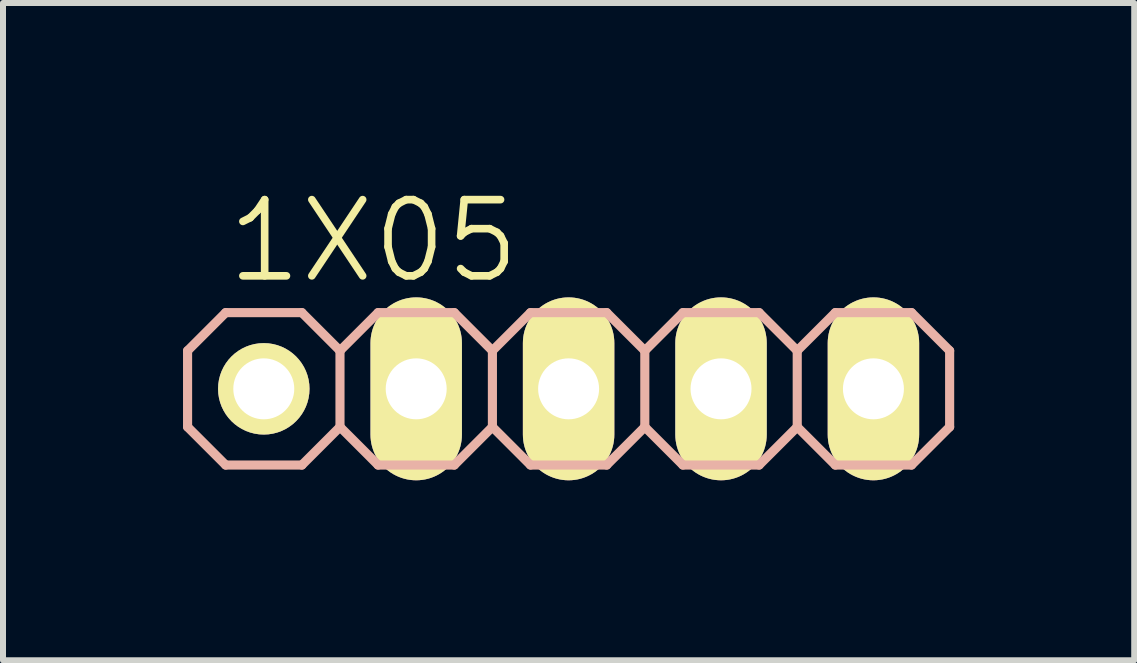
<source format=kicad_pcb>
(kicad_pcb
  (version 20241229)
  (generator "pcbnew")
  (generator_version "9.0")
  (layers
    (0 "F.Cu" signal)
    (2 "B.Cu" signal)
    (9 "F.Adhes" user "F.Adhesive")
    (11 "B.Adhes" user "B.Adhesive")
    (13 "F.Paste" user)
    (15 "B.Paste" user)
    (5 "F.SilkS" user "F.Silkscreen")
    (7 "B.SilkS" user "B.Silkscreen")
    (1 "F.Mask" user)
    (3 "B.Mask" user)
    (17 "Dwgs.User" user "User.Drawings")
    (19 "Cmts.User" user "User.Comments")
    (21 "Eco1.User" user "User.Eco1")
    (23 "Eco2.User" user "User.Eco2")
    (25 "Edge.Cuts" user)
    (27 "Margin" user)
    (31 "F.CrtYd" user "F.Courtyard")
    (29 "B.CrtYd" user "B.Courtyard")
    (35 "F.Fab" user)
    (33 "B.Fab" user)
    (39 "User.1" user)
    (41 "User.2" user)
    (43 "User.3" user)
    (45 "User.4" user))
  (footprint "1X05"
    (layer "F.Cu")
    (at 6.426 3.43)
    (property "Reference" "1X05" (at -3.251 -2.464 0) (layer "F.SilkS") (effects (font (size 1.27 1.27) (thickness 0.127))))
    (attr exclude_from_pos_files exclude_from_bom)
    (fp_line (start -5.334 -0.254) (end -4.826 -0.254) (stroke (width 0.066) (type solid)) (layer "F.SilkS"))
    (fp_line (start -5.334 0.254) (end -5.334 -0.254) (stroke (width 0.066) (type solid)) (layer "F.SilkS"))
    (fp_line (start -5.334 0.254) (end -4.826 0.254) (stroke (width 0.066) (type solid)) (layer "F.SilkS"))
    (fp_line (start -4.826 0.254) (end -4.826 -0.254) (stroke (width 0.066) (type solid)) (layer "F.SilkS"))
    (fp_line (start -2.794 -0.254) (end -2.286 -0.254) (stroke (width 0.066) (type solid)) (layer "F.SilkS"))
    (fp_line (start -2.794 0.254) (end -2.794 -0.254) (stroke (width 0.066) (type solid)) (layer "F.SilkS"))
    (fp_line (start -2.794 0.254) (end -2.286 0.254) (stroke (width 0.066) (type solid)) (layer "F.SilkS"))
    (fp_line (start -2.286 0.254) (end -2.286 -0.254) (stroke (width 0.066) (type solid)) (layer "F.SilkS"))
    (fp_line (start -0.254 -0.254) (end 0.254 -0.254) (stroke (width 0.066) (type solid)) (layer "F.SilkS"))
    (fp_line (start -0.254 0.254) (end -0.254 -0.254) (stroke (width 0.066) (type solid)) (layer "F.SilkS"))
    (fp_line (start -0.254 0.254) (end 0.254 0.254) (stroke (width 0.066) (type solid)) (layer "F.SilkS"))
    (fp_line (start 0.254 0.254) (end 0.254 -0.254) (stroke (width 0.066) (type solid)) (layer "F.SilkS"))
    (fp_line (start 2.286 -0.254) (end 2.794 -0.254) (stroke (width 0.066) (type solid)) (layer "F.SilkS"))
    (fp_line (start 2.286 0.254) (end 2.286 -0.254) (stroke (width 0.066) (type solid)) (layer "F.SilkS"))
    (fp_line (start 2.286 0.254) (end 2.794 0.254) (stroke (width 0.066) (type solid)) (layer "F.SilkS"))
    (fp_line (start 2.794 0.254) (end 2.794 -0.254) (stroke (width 0.066) (type solid)) (layer "F.SilkS"))
    (fp_line (start 4.826 -0.254) (end 5.334 -0.254) (stroke (width 0.066) (type solid)) (layer "F.SilkS"))
    (fp_line (start 4.826 0.254) (end 4.826 -0.254) (stroke (width 0.066) (type solid)) (layer "F.SilkS"))
    (fp_line (start 4.826 0.254) (end 5.334 0.254) (stroke (width 0.066) (type solid)) (layer "F.SilkS"))
    (fp_line (start 5.334 0.254) (end 5.334 -0.254) (stroke (width 0.066) (type solid)) (layer "F.SilkS"))
    (fp_line (start -6.35 -0.635) (end -6.35 0.635) (stroke (width 0.152) (type solid)) (layer "B.SilkS"))
    (fp_line (start -6.35 0.635) (end -5.715 1.27) (stroke (width 0.152) (type solid)) (layer "B.SilkS"))
    (fp_line (start -5.715 -1.27) (end -6.35 -0.635) (stroke (width 0.152) (type solid)) (layer "B.SilkS"))
    (fp_line (start -5.715 -1.27) (end -4.445 -1.27) (stroke (width 0.152) (type solid)) (layer "B.SilkS"))
    (fp_line (start -4.445 -1.27) (end -3.81 -0.635) (stroke (width 0.152) (type solid)) (layer "B.SilkS"))
    (fp_line (start -4.445 1.27) (end -5.715 1.27) (stroke (width 0.152) (type solid)) (layer "B.SilkS"))
    (fp_line (start -3.81 -0.635) (end -3.81 0.635) (stroke (width 0.152) (type solid)) (layer "B.SilkS"))
    (fp_line (start -3.81 -0.635) (end -3.175 -1.27) (stroke (width 0.152) (type solid)) (layer "B.SilkS"))
    (fp_line (start -3.81 0.635) (end -4.445 1.27) (stroke (width 0.152) (type solid)) (layer "B.SilkS"))
    (fp_line (start -3.175 -1.27) (end -1.905 -1.27) (stroke (width 0.152) (type solid)) (layer "B.SilkS"))
    (fp_line (start -3.175 1.27) (end -3.81 0.635) (stroke (width 0.152) (type solid)) (layer "B.SilkS"))
    (fp_line (start -1.905 -1.27) (end -1.27 -0.635) (stroke (width 0.152) (type solid)) (layer "B.SilkS"))
    (fp_line (start -1.905 1.27) (end -3.175 1.27) (stroke (width 0.152) (type solid)) (layer "B.SilkS"))
    (fp_line (start -1.27 -0.635) (end -1.27 0.635) (stroke (width 0.152) (type solid)) (layer "B.SilkS"))
    (fp_line (start -1.27 -0.635) (end -0.635 -1.27) (stroke (width 0.152) (type solid)) (layer "B.SilkS"))
    (fp_line (start -1.27 0.635) (end -1.905 1.27) (stroke (width 0.152) (type solid)) (layer "B.SilkS"))
    (fp_line (start -0.635 -1.27) (end 0.635 -1.27) (stroke (width 0.152) (type solid)) (layer "B.SilkS"))
    (fp_line (start -0.635 1.27) (end -1.27 0.635) (stroke (width 0.152) (type solid)) (layer "B.SilkS"))
    (fp_line (start 0.635 -1.27) (end 1.27 -0.635) (stroke (width 0.152) (type solid)) (layer "B.SilkS"))
    (fp_line (start 0.635 1.27) (end -0.635 1.27) (stroke (width 0.152) (type solid)) (layer "B.SilkS"))
    (fp_line (start 1.27 -0.635) (end 1.27 0.635) (stroke (width 0.152) (type solid)) (layer "B.SilkS"))
    (fp_line (start 1.27 0.635) (end 0.635 1.27) (stroke (width 0.152) (type solid)) (layer "B.SilkS"))
    (fp_line (start 1.27 0.635) (end 1.905 1.27) (stroke (width 0.152) (type solid)) (layer "B.SilkS"))
    (fp_line (start 1.905 -1.27) (end 1.27 -0.635) (stroke (width 0.152) (type solid)) (layer "B.SilkS"))
    (fp_line (start 1.905 -1.27) (end 3.175 -1.27) (stroke (width 0.152) (type solid)) (layer "B.SilkS"))
    (fp_line (start 3.175 -1.27) (end 3.81 -0.635) (stroke (width 0.152) (type solid)) (layer "B.SilkS"))
    (fp_line (start 3.175 1.27) (end 1.905 1.27) (stroke (width 0.152) (type solid)) (layer "B.SilkS"))
    (fp_line (start 3.81 -0.635) (end 3.81 0.635) (stroke (width 0.152) (type solid)) (layer "B.SilkS"))
    (fp_line (start 3.81 0.635) (end 3.175 1.27) (stroke (width 0.152) (type solid)) (layer "B.SilkS"))
    (fp_line (start 3.81 0.635) (end 4.445 1.27) (stroke (width 0.152) (type solid)) (layer "B.SilkS"))
    (fp_line (start 4.445 -1.27) (end 3.81 -0.635) (stroke (width 0.152) (type solid)) (layer "B.SilkS"))
    (fp_line (start 4.445 -1.27) (end 5.715 -1.27) (stroke (width 0.152) (type solid)) (layer "B.SilkS"))
    (fp_line (start 5.715 -1.27) (end 6.35 -0.635) (stroke (width 0.152) (type solid)) (layer "B.SilkS"))
    (fp_line (start 5.715 1.27) (end 4.445 1.27) (stroke (width 0.152) (type solid)) (layer "B.SilkS"))
    (fp_line (start 6.35 -0.635) (end 6.35 0.635) (stroke (width 0.152) (type solid)) (layer "B.SilkS"))
    (fp_line (start 6.35 0.635) (end 5.715 1.27) (stroke (width 0.152) (type solid)) (layer "B.SilkS"))
    (pad "1" thru_hole circle (at -5.08 0) (size 1.524 1.524) (drill 1.016) (layers "*.Cu" "F.Mask" "F.SilkS" "F.Paste"))
    (pad "2" thru_hole oval (at -2.54 0 180) (size 1.524 3.048) (drill 1.016) (layers "*.Cu" "F.Mask" "F.SilkS" "F.Paste"))
    (pad "3" thru_hole oval (at 0 0 180) (size 1.524 3.048) (drill 1.016) (layers "*.Cu" "F.Mask" "F.SilkS" "F.Paste"))
    (pad "4" thru_hole oval (at 2.54 0 180) (size 1.524 3.048) (drill 1.016) (layers "*.Cu" "F.Mask" "F.SilkS" "F.Paste"))
    (pad "5" thru_hole oval (at 5.08 0 180) (size 1.524 3.048) (drill 1.016) (layers "*.Cu" "F.Mask" "F.SilkS" "F.Paste")))
  (gr_rect
    (start -3 -3)
    (end 15.852 7.954)
    (stroke (width 0.1) (type default))
    (fill no)
    (layer "Edge.Cuts")))
</source>
